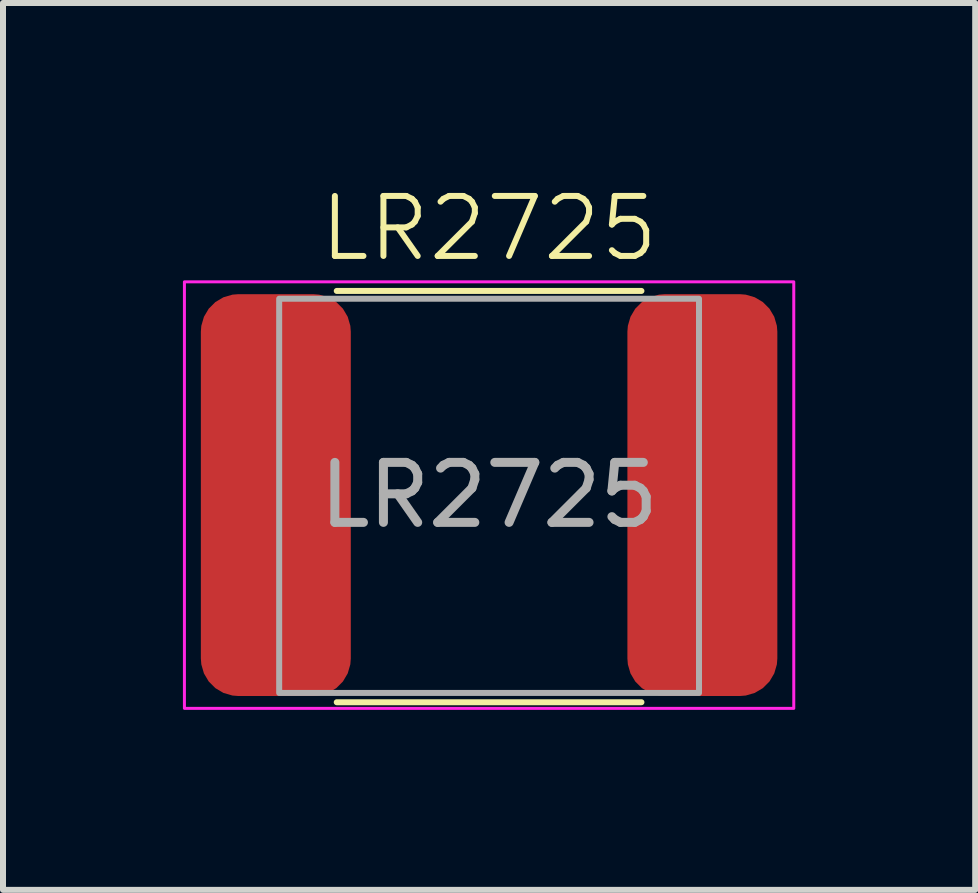
<source format=kicad_pcb>
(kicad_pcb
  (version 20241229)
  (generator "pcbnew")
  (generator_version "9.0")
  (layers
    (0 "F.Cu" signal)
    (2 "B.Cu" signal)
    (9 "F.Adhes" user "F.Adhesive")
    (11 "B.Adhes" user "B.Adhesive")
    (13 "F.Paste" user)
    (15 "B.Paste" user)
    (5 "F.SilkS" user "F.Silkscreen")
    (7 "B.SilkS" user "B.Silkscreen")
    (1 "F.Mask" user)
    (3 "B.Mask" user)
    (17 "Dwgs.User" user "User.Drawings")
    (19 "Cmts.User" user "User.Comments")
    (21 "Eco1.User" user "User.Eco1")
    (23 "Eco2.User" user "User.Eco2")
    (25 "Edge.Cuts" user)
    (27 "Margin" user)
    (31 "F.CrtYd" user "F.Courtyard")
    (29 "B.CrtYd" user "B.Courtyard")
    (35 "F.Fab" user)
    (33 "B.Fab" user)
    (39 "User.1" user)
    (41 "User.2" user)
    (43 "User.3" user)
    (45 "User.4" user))
  (footprint "LR2725"
    (layer "F.Cu")
    (at 5.105 5.205)
    (property "Reference" "LR2725" (at 0 -4.445 0) (unlocked yes) (layer "F.SilkS") (effects (font (size 1 1) (thickness 0.1))))
    (attr smd)
    (fp_line (start -2.54 -3.404) (end 2.54 -3.404) (stroke (width 0.1) (type default)) (layer "F.SilkS"))
    (fp_line (start -2.54 3.454) (end 2.54 3.454) (stroke (width 0.1) (type default)) (layer "F.SilkS"))
    (fp_rect (start -5.08 -3.556) (end 5.08 3.556) (stroke (width 0.05) (type default)) (fill no) (layer "F.CrtYd"))
    (fp_rect (start -3.5 -3.274) (end 3.5 3.299) (stroke (width 0.1) (type default)) (fill no) (layer "F.Fab"))
    (fp_text user "${REFERENCE}" (at 0 0 0) (unlocked yes) (layer "F.Fab") (effects (font (size 1 1) (thickness 0.15))))
    (pad "1" smd roundrect (at -3.556 0 90) (size 6.7 2.5) (layers "F.Cu" "F.Mask" "F.Paste") (roundrect_rratio 0.25))
    (pad "2" smd roundrect (at 3.556 0 90) (size 6.7 2.5) (layers "F.Cu" "F.Mask" "F.Paste") (roundrect_rratio 0.25)))
  (gr_rect
    (start -3 -3)
    (end 13.21 11.787)
    (stroke (width 0.1) (type default))
    (fill no)
    (layer "Edge.Cuts")))
</source>
